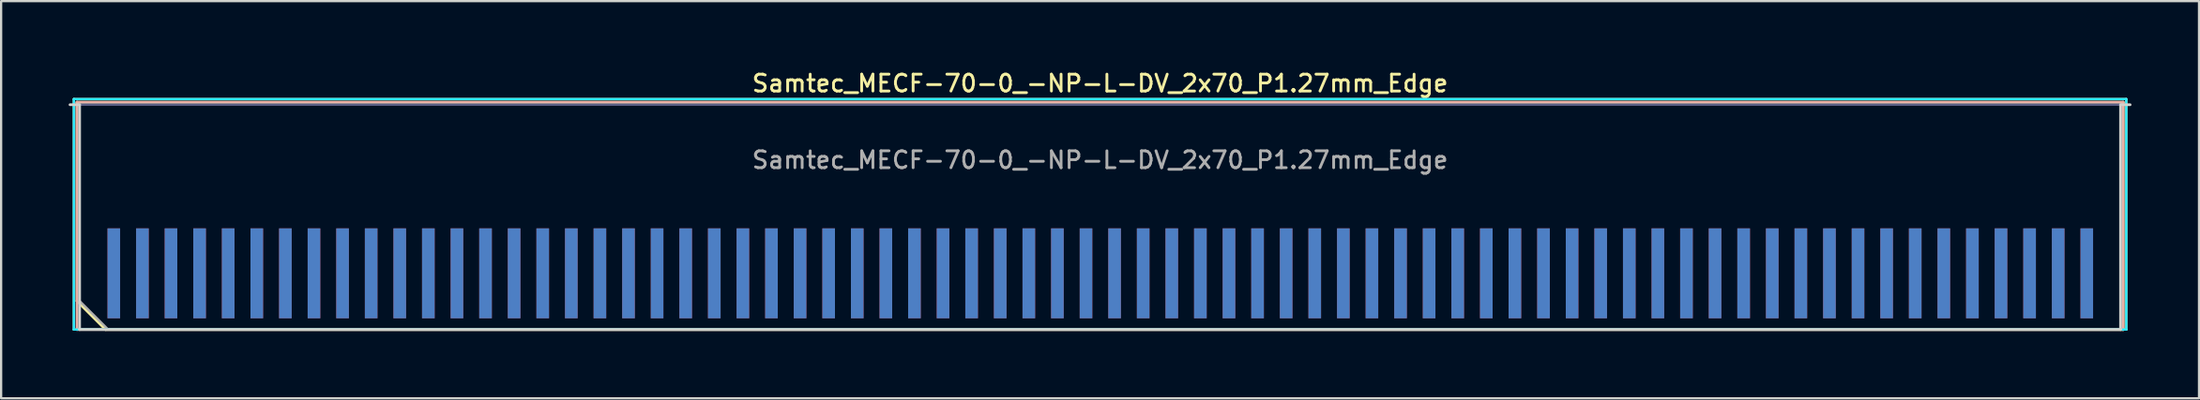
<source format=kicad_pcb>
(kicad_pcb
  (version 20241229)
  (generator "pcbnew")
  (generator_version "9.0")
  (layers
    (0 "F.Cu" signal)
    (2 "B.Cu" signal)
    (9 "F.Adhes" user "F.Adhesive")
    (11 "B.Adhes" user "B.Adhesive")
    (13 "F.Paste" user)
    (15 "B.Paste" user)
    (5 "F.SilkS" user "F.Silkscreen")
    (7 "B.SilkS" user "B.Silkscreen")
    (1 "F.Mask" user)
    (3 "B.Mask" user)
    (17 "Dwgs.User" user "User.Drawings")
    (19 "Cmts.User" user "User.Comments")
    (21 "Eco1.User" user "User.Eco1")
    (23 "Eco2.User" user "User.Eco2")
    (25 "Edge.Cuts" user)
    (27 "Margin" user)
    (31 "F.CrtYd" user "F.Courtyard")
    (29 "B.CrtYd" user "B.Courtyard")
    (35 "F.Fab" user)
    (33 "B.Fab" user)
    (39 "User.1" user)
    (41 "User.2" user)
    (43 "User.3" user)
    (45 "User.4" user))
  (footprint "Samtec_MECF-70-0_-NP-L-DV_2x70_P1.27mm_Edge"
    (layer "F.Cu")
    (at 45.81 6.608)
    (property "Reference" "Samtec_MECF-70-0_-NP-L-DV_2x70_P1.27mm_Edge" (at 0 -5.95 0) (layer "F.SilkS") (effects (font (size 0.75 0.75) (thickness 0.125))))
    (attr exclude_from_pos_files exclude_from_bom)
    (fp_line (start -45.58 -5.25) (end -45.58 5) (stroke (width 0.1) (type solid)) (layer "F.SilkS"))
    (fp_line (start -45.58 5) (end 45.58 5) (stroke (width 0.1) (type solid)) (layer "F.SilkS"))
    (fp_line (start -45.44 -5.11) (end 45.44 -5.11) (stroke (width 0.12) (type solid)) (layer "F.SilkS"))
    (fp_line (start -45.44 3.73) (end -45.44 -5.11) (stroke (width 0.12) (type solid)) (layer "F.SilkS"))
    (fp_line (start -44.17 5) (end -45.44 3.73) (stroke (width 0.12) (type solid)) (layer "F.SilkS"))
    (fp_line (start -44.17 5) (end 45.44 5) (stroke (width 0.12) (type solid)) (layer "F.SilkS"))
    (fp_line (start 45.44 5) (end 45.44 -5.11) (stroke (width 0.12) (type solid)) (layer "F.SilkS"))
    (fp_line (start 45.58 -5.25) (end -45.58 -5.25) (stroke (width 0.1) (type solid)) (layer "F.SilkS"))
    (fp_line (start 45.58 5) (end 45.58 -5.25) (stroke (width 0.1) (type solid)) (layer "F.SilkS"))
    (fp_line (start -45.44 -5.11) (end 45.44 -5.11) (stroke (width 0.12) (type solid)) (layer "B.SilkS"))
    (fp_line (start -45.44 5) (end -45.44 -5.11) (stroke (width 0.12) (type solid)) (layer "B.SilkS"))
    (fp_line (start -45.44 5) (end 45.44 5) (stroke (width 0.12) (type solid)) (layer "B.SilkS"))
    (fp_line (start 45.44 5) (end 45.44 -5.11) (stroke (width 0.12) (type solid)) (layer "B.SilkS"))
    (fp_line (start -45.75 -5) (end -45.325 -5) (stroke (width 0.12) (type solid)) (layer "Edge.Cuts"))
    (fp_line (start -45.325 5) (end -45.325 -5) (stroke (width 0.12) (type solid)) (layer "Edge.Cuts"))
    (fp_line (start -45.325 5) (end 45.325 5) (stroke (width 0.12) (type solid)) (layer "Edge.Cuts"))
    (fp_line (start 45.325 5) (end 45.325 -5) (stroke (width 0.12) (type solid)) (layer "Edge.Cuts"))
    (fp_line (start 45.75 -5) (end 45.325 -5) (stroke (width 0.12) (type solid)) (layer "Edge.Cuts"))
    (fp_line (start -45.58 -5.25) (end -45.58 5) (stroke (width 0.1) (type solid)) (layer "B.CrtYd"))
    (fp_line (start -45.58 5) (end 45.58 5) (stroke (width 0.1) (type solid)) (layer "B.CrtYd"))
    (fp_line (start 45.58 -5.25) (end -45.58 -5.25) (stroke (width 0.1) (type solid)) (layer "B.CrtYd"))
    (fp_line (start 45.58 5) (end 45.58 -5.25) (stroke (width 0.1) (type solid)) (layer "B.CrtYd"))
    (fp_line (start -45.325 -5) (end 45.325 -5) (stroke (width 0.1) (type solid)) (layer "B.Fab"))
    (fp_line (start -45.325 5) (end -45.325 -5) (stroke (width 0.1) (type solid)) (layer "B.Fab"))
    (fp_line (start -45.325 5) (end 45.325 5) (stroke (width 0.1) (type solid)) (layer "B.Fab"))
    (fp_line (start 45.325 5) (end 45.325 -5) (stroke (width 0.1) (type solid)) (layer "B.Fab"))
    (fp_line (start -45.325 -5) (end 45.325 -5) (stroke (width 0.1) (type solid)) (layer "F.Fab"))
    (fp_line (start -45.325 3.73) (end -45.325 -5) (stroke (width 0.1) (type solid)) (layer "F.Fab"))
    (fp_line (start -45.325 3.73) (end -44.055 5) (stroke (width 0.1) (type solid)) (layer "F.Fab"))
    (fp_line (start -44.055 5) (end 45.325 5) (stroke (width 0.1) (type solid)) (layer "F.Fab"))
    (fp_line (start 45.325 5) (end 45.325 -5) (stroke (width 0.1) (type solid)) (layer "F.Fab"))
    (fp_text user "${REFERENCE}" (at 0 -2.54 0) (layer "F.Fab") (effects (font (size 0.75 0.75) (thickness 0.125))))
    (pad "1" connect rect (at -43.805 2.5) (size 0.56 4) (layers "F.Cu" "F.Mask"))
    (pad "2" connect rect (at -43.805 2.5) (size 0.56 4) (layers "B.Cu" "B.Mask"))
    (pad "3" connect rect (at -42.535 2.5) (size 0.56 4) (layers "F.Cu" "F.Mask"))
    (pad "4" connect rect (at -42.535 2.5) (size 0.56 4) (layers "B.Cu" "B.Mask"))
    (pad "5" connect rect (at -41.265 2.5) (size 0.56 4) (layers "F.Cu" "F.Mask"))
    (pad "6" connect rect (at -41.265 2.5) (size 0.56 4) (layers "B.Cu" "B.Mask"))
    (pad "7" connect rect (at -39.995 2.5) (size 0.56 4) (layers "F.Cu" "F.Mask"))
    (pad "8" connect rect (at -39.995 2.5) (size 0.56 4) (layers "B.Cu" "B.Mask"))
    (pad "9" connect rect (at -38.725 2.5) (size 0.56 4) (layers "F.Cu" "F.Mask"))
    (pad "10" connect rect (at -38.725 2.5) (size 0.56 4) (layers "B.Cu" "B.Mask"))
    (pad "11" connect rect (at -37.455 2.5) (size 0.56 4) (layers "F.Cu" "F.Mask"))
    (pad "12" connect rect (at -37.455 2.5) (size 0.56 4) (layers "B.Cu" "B.Mask"))
    (pad "13" connect rect (at -36.185 2.5) (size 0.56 4) (layers "F.Cu" "F.Mask"))
    (pad "14" connect rect (at -36.185 2.5) (size 0.56 4) (layers "B.Cu" "B.Mask"))
    (pad "15" connect rect (at -34.915 2.5) (size 0.56 4) (layers "F.Cu" "F.Mask"))
    (pad "16" connect rect (at -34.915 2.5) (size 0.56 4) (layers "B.Cu" "B.Mask"))
    (pad "17" connect rect (at -33.645 2.5) (size 0.56 4) (layers "F.Cu" "F.Mask"))
    (pad "18" connect rect (at -33.645 2.5) (size 0.56 4) (layers "B.Cu" "B.Mask"))
    (pad "19" connect rect (at -32.375 2.5) (size 0.56 4) (layers "F.Cu" "F.Mask"))
    (pad "20" connect rect (at -32.375 2.5) (size 0.56 4) (layers "B.Cu" "B.Mask"))
    (pad "21" connect rect (at -31.105 2.5) (size 0.56 4) (layers "F.Cu" "F.Mask"))
    (pad "22" connect rect (at -31.105 2.5) (size 0.56 4) (layers "B.Cu" "B.Mask"))
    (pad "23" connect rect (at -29.835 2.5) (size 0.56 4) (layers "F.Cu" "F.Mask"))
    (pad "24" connect rect (at -29.835 2.5) (size 0.56 4) (layers "B.Cu" "B.Mask"))
    (pad "25" connect rect (at -28.565 2.5) (size 0.56 4) (layers "F.Cu" "F.Mask"))
    (pad "26" connect rect (at -28.565 2.5) (size 0.56 4) (layers "B.Cu" "B.Mask"))
    (pad "27" connect rect (at -27.295 2.5) (size 0.56 4) (layers "F.Cu" "F.Mask"))
    (pad "28" connect rect (at -27.295 2.5) (size 0.56 4) (layers "B.Cu" "B.Mask"))
    (pad "29" connect rect (at -26.025 2.5) (size 0.56 4) (layers "F.Cu" "F.Mask"))
    (pad "30" connect rect (at -26.025 2.5) (size 0.56 4) (layers "B.Cu" "B.Mask"))
    (pad "31" connect rect (at -24.755 2.5) (size 0.56 4) (layers "F.Cu" "F.Mask"))
    (pad "32" connect rect (at -24.755 2.5) (size 0.56 4) (layers "B.Cu" "B.Mask"))
    (pad "33" connect rect (at -23.485 2.5) (size 0.56 4) (layers "F.Cu" "F.Mask"))
    (pad "34" connect rect (at -23.485 2.5) (size 0.56 4) (layers "B.Cu" "B.Mask"))
    (pad "35" connect rect (at -22.215 2.5) (size 0.56 4) (layers "F.Cu" "F.Mask"))
    (pad "36" connect rect (at -22.215 2.5) (size 0.56 4) (layers "B.Cu" "B.Mask"))
    (pad "37" connect rect (at -20.945 2.5) (size 0.56 4) (layers "F.Cu" "F.Mask"))
    (pad "38" connect rect (at -20.945 2.5) (size 0.56 4) (layers "B.Cu" "B.Mask"))
    (pad "39" connect rect (at -19.675 2.5) (size 0.56 4) (layers "F.Cu" "F.Mask"))
    (pad "40" connect rect (at -19.675 2.5) (size 0.56 4) (layers "B.Cu" "B.Mask"))
    (pad "41" connect rect (at -18.405 2.5) (size 0.56 4) (layers "F.Cu" "F.Mask"))
    (pad "42" connect rect (at -18.405 2.5) (size 0.56 4) (layers "B.Cu" "B.Mask"))
    (pad "43" connect rect (at -17.135 2.5) (size 0.56 4) (layers "F.Cu" "F.Mask"))
    (pad "44" connect rect (at -17.135 2.5) (size 0.56 4) (layers "B.Cu" "B.Mask"))
    (pad "45" connect rect (at -15.865 2.5) (size 0.56 4) (layers "F.Cu" "F.Mask"))
    (pad "46" connect rect (at -15.865 2.5) (size 0.56 4) (layers "B.Cu" "B.Mask"))
    (pad "47" connect rect (at -14.595 2.5) (size 0.56 4) (layers "F.Cu" "F.Mask"))
    (pad "48" connect rect (at -14.595 2.5) (size 0.56 4) (layers "B.Cu" "B.Mask"))
    (pad "49" connect rect (at -13.325 2.5) (size 0.56 4) (layers "F.Cu" "F.Mask"))
    (pad "50" connect rect (at -13.325 2.5) (size 0.56 4) (layers "B.Cu" "B.Mask"))
    (pad "51" connect rect (at -12.055 2.5) (size 0.56 4) (layers "F.Cu" "F.Mask"))
    (pad "52" connect rect (at -12.055 2.5) (size 0.56 4) (layers "B.Cu" "B.Mask"))
    (pad "53" connect rect (at -10.785 2.5) (size 0.56 4) (layers "F.Cu" "F.Mask"))
    (pad "54" connect rect (at -10.785 2.5) (size 0.56 4) (layers "B.Cu" "B.Mask"))
    (pad "55" connect rect (at -9.515 2.5) (size 0.56 4) (layers "F.Cu" "F.Mask"))
    (pad "56" connect rect (at -9.515 2.5) (size 0.56 4) (layers "B.Cu" "B.Mask"))
    (pad "57" connect rect (at -8.245 2.5) (size 0.56 4) (layers "F.Cu" "F.Mask"))
    (pad "58" connect rect (at -8.245 2.5) (size 0.56 4) (layers "B.Cu" "B.Mask"))
    (pad "59" connect rect (at -6.975 2.5) (size 0.56 4) (layers "F.Cu" "F.Mask"))
    (pad "60" connect rect (at -6.975 2.5) (size 0.56 4) (layers "B.Cu" "B.Mask"))
    (pad "61" connect rect (at -5.705 2.5) (size 0.56 4) (layers "F.Cu" "F.Mask"))
    (pad "62" connect rect (at -5.705 2.5) (size 0.56 4) (layers "B.Cu" "B.Mask"))
    (pad "63" connect rect (at -4.435 2.5) (size 0.56 4) (layers "F.Cu" "F.Mask"))
    (pad "64" connect rect (at -4.435 2.5) (size 0.56 4) (layers "B.Cu" "B.Mask"))
    (pad "65" connect rect (at -3.165 2.5) (size 0.56 4) (layers "F.Cu" "F.Mask"))
    (pad "66" connect rect (at -3.165 2.5) (size 0.56 4) (layers "B.Cu" "B.Mask"))
    (pad "67" connect rect (at -1.895 2.5) (size 0.56 4) (layers "F.Cu" "F.Mask"))
    (pad "68" connect rect (at -1.895 2.5) (size 0.56 4) (layers "B.Cu" "B.Mask"))
    (pad "69" connect rect (at -0.625 2.5) (size 0.56 4) (layers "F.Cu" "F.Mask"))
    (pad "70" connect rect (at -0.625 2.5) (size 0.56 4) (layers "B.Cu" "B.Mask"))
    (pad "71" connect rect (at 0.645 2.5) (size 0.56 4) (layers "F.Cu" "F.Mask"))
    (pad "72" connect rect (at 0.645 2.5) (size 0.56 4) (layers "B.Cu" "B.Mask"))
    (pad "73" connect rect (at 1.915 2.5) (size 0.56 4) (layers "F.Cu" "F.Mask"))
    (pad "74" connect rect (at 1.915 2.5) (size 0.56 4) (layers "B.Cu" "B.Mask"))
    (pad "75" connect rect (at 3.185 2.5) (size 0.56 4) (layers "F.Cu" "F.Mask"))
    (pad "76" connect rect (at 3.185 2.5) (size 0.56 4) (layers "B.Cu" "B.Mask"))
    (pad "77" connect rect (at 4.455 2.5) (size 0.56 4) (layers "F.Cu" "F.Mask"))
    (pad "78" connect rect (at 4.455 2.5) (size 0.56 4) (layers "B.Cu" "B.Mask"))
    (pad "79" connect rect (at 5.725 2.5) (size 0.56 4) (layers "F.Cu" "F.Mask"))
    (pad "80" connect rect (at 5.725 2.5) (size 0.56 4) (layers "B.Cu" "B.Mask"))
    (pad "81" connect rect (at 6.995 2.5) (size 0.56 4) (layers "F.Cu" "F.Mask"))
    (pad "82" connect rect (at 6.995 2.5) (size 0.56 4) (layers "B.Cu" "B.Mask"))
    (pad "83" connect rect (at 8.265 2.5) (size 0.56 4) (layers "F.Cu" "F.Mask"))
    (pad "84" connect rect (at 8.265 2.5) (size 0.56 4) (layers "B.Cu" "B.Mask"))
    (pad "85" connect rect (at 9.535 2.5) (size 0.56 4) (layers "F.Cu" "F.Mask"))
    (pad "86" connect rect (at 9.535 2.5) (size 0.56 4) (layers "B.Cu" "B.Mask"))
    (pad "87" connect rect (at 10.805 2.5) (size 0.56 4) (layers "F.Cu" "F.Mask"))
    (pad "88" connect rect (at 10.805 2.5) (size 0.56 4) (layers "B.Cu" "B.Mask"))
    (pad "89" connect rect (at 12.075 2.5) (size 0.56 4) (layers "F.Cu" "F.Mask"))
    (pad "90" connect rect (at 12.075 2.5) (size 0.56 4) (layers "B.Cu" "B.Mask"))
    (pad "91" connect rect (at 13.345 2.5) (size 0.56 4) (layers "F.Cu" "F.Mask"))
    (pad "92" connect rect (at 13.345 2.5) (size 0.56 4) (layers "B.Cu" "B.Mask"))
    (pad "93" connect rect (at 14.615 2.5) (size 0.56 4) (layers "F.Cu" "F.Mask"))
    (pad "94" connect rect (at 14.615 2.5) (size 0.56 4) (layers "B.Cu" "B.Mask"))
    (pad "95" connect rect (at 15.885 2.5) (size 0.56 4) (layers "F.Cu" "F.Mask"))
    (pad "96" connect rect (at 15.885 2.5) (size 0.56 4) (layers "B.Cu" "B.Mask"))
    (pad "97" connect rect (at 17.155 2.5) (size 0.56 4) (layers "F.Cu" "F.Mask"))
    (pad "98" connect rect (at 17.155 2.5) (size 0.56 4) (layers "B.Cu" "B.Mask"))
    (pad "99" connect rect (at 18.425 2.5) (size 0.56 4) (layers "F.Cu" "F.Mask"))
    (pad "100" connect rect (at 18.425 2.5) (size 0.56 4) (layers "B.Cu" "B.Mask"))
    (pad "101" connect rect (at 19.695 2.5) (size 0.56 4) (layers "F.Cu" "F.Mask"))
    (pad "102" connect rect (at 19.695 2.5) (size 0.56 4) (layers "B.Cu" "B.Mask"))
    (pad "103" connect rect (at 20.965 2.5) (size 0.56 4) (layers "F.Cu" "F.Mask"))
    (pad "104" connect rect (at 20.965 2.5) (size 0.56 4) (layers "B.Cu" "B.Mask"))
    (pad "105" connect rect (at 22.235 2.5) (size 0.56 4) (layers "F.Cu" "F.Mask"))
    (pad "106" connect rect (at 22.235 2.5) (size 0.56 4) (layers "B.Cu" "B.Mask"))
    (pad "107" connect rect (at 23.505 2.5) (size 0.56 4) (layers "F.Cu" "F.Mask"))
    (pad "108" connect rect (at 23.505 2.5) (size 0.56 4) (layers "B.Cu" "B.Mask"))
    (pad "109" connect rect (at 24.775 2.5) (size 0.56 4) (layers "F.Cu" "F.Mask"))
    (pad "110" connect rect (at 24.775 2.5) (size 0.56 4) (layers "B.Cu" "B.Mask"))
    (pad "111" connect rect (at 26.045 2.5) (size 0.56 4) (layers "F.Cu" "F.Mask"))
    (pad "112" connect rect (at 26.045 2.5) (size 0.56 4) (layers "B.Cu" "B.Mask"))
    (pad "113" connect rect (at 27.315 2.5) (size 0.56 4) (layers "F.Cu" "F.Mask"))
    (pad "114" connect rect (at 27.315 2.5) (size 0.56 4) (layers "B.Cu" "B.Mask"))
    (pad "115" connect rect (at 28.585 2.5) (size 0.56 4) (layers "F.Cu" "F.Mask"))
    (pad "116" connect rect (at 28.585 2.5) (size 0.56 4) (layers "B.Cu" "B.Mask"))
    (pad "117" connect rect (at 29.855 2.5) (size 0.56 4) (layers "F.Cu" "F.Mask"))
    (pad "118" connect rect (at 29.855 2.5) (size 0.56 4) (layers "B.Cu" "B.Mask"))
    (pad "119" connect rect (at 31.125 2.5) (size 0.56 4) (layers "F.Cu" "F.Mask"))
    (pad "120" connect rect (at 31.125 2.5) (size 0.56 4) (layers "B.Cu" "B.Mask"))
    (pad "121" connect rect (at 32.395 2.5) (size 0.56 4) (layers "F.Cu" "F.Mask"))
    (pad "122" connect rect (at 32.395 2.5) (size 0.56 4) (layers "B.Cu" "B.Mask"))
    (pad "123" connect rect (at 33.665 2.5) (size 0.56 4) (layers "F.Cu" "F.Mask"))
    (pad "124" connect rect (at 33.665 2.5) (size 0.56 4) (layers "B.Cu" "B.Mask"))
    (pad "125" connect rect (at 34.935 2.5) (size 0.56 4) (layers "F.Cu" "F.Mask"))
    (pad "126" connect rect (at 34.935 2.5) (size 0.56 4) (layers "B.Cu" "B.Mask"))
    (pad "127" connect rect (at 36.205 2.5) (size 0.56 4) (layers "F.Cu" "F.Mask"))
    (pad "128" connect rect (at 36.205 2.5) (size 0.56 4) (layers "B.Cu" "B.Mask"))
    (pad "129" connect rect (at 37.475 2.5) (size 0.56 4) (layers "F.Cu" "F.Mask"))
    (pad "130" connect rect (at 37.475 2.5) (size 0.56 4) (layers "B.Cu" "B.Mask"))
    (pad "131" connect rect (at 38.745 2.5) (size 0.56 4) (layers "F.Cu" "F.Mask"))
    (pad "132" connect rect (at 38.745 2.5) (size 0.56 4) (layers "B.Cu" "B.Mask"))
    (pad "133" connect rect (at 40.015 2.5) (size 0.56 4) (layers "F.Cu" "F.Mask"))
    (pad "134" connect rect (at 40.015 2.5) (size 0.56 4) (layers "B.Cu" "B.Mask"))
    (pad "135" connect rect (at 41.285 2.5) (size 0.56 4) (layers "F.Cu" "F.Mask"))
    (pad "136" connect rect (at 41.285 2.5) (size 0.56 4) (layers "B.Cu" "B.Mask"))
    (pad "137" connect rect (at 42.555 2.5) (size 0.56 4) (layers "F.Cu" "F.Mask"))
    (pad "138" connect rect (at 42.555 2.5) (size 0.56 4) (layers "B.Cu" "B.Mask"))
    (pad "139" connect rect (at 43.825 2.5) (size 0.56 4) (layers "F.Cu" "F.Mask"))
    (pad "140" connect rect (at 43.825 2.5) (size 0.56 4) (layers "B.Cu" "B.Mask")))
  (gr_rect
    (start -3 -3)
    (end 94.62 14.668)
    (stroke (width 0.1) (type default))
    (fill no)
    (layer "Edge.Cuts")))
</source>
